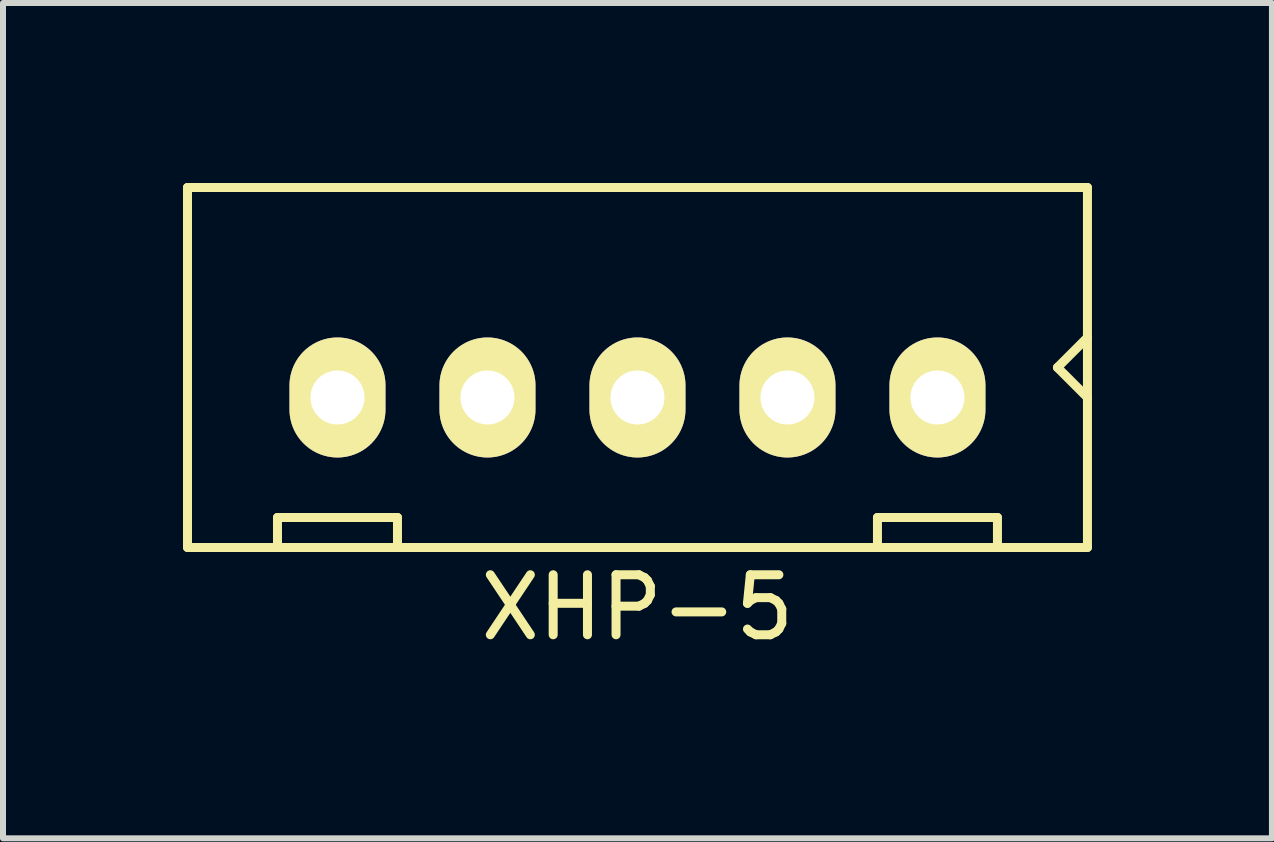
<source format=kicad_pcb>
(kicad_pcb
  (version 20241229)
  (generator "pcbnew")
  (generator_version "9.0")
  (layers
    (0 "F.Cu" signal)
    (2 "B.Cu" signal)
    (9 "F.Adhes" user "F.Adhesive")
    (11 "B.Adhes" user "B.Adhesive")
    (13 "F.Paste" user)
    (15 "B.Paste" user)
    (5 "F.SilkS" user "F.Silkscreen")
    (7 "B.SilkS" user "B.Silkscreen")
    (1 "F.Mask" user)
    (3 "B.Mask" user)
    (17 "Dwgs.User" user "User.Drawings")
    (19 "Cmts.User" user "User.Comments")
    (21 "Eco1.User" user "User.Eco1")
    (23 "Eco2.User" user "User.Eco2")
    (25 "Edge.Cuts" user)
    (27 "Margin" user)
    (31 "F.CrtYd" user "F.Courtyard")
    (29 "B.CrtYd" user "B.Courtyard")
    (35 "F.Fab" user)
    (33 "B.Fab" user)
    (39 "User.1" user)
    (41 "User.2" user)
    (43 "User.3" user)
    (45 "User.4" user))
  (footprint "XHP-5"
    (layer "F.Cu")
    (at 7.575 3.575)
    (property "Reference" "XHP-5" (at 0 3.5 0) (layer "F.SilkS") (effects (font (size 1 1) (thickness 0.15))))
    (attr through_hole)
    (fp_line (start -7.5 -3.5) (end 7.5 -3.5) (stroke (width 0.15) (type solid)) (layer "F.SilkS"))
    (fp_line (start -7.5 2.5) (end -7.5 -3.5) (stroke (width 0.15) (type solid)) (layer "F.SilkS"))
    (fp_line (start -6 2) (end -4 2) (stroke (width 0.15) (type solid)) (layer "F.SilkS"))
    (fp_line (start -6 2.5) (end -6 2) (stroke (width 0.15) (type solid)) (layer "F.SilkS"))
    (fp_line (start -4 2.5) (end -4 2) (stroke (width 0.15) (type solid)) (layer "F.SilkS"))
    (fp_line (start 4 2) (end 4 2.5) (stroke (width 0.15) (type solid)) (layer "F.SilkS"))
    (fp_line (start 6 2) (end 4 2) (stroke (width 0.15) (type solid)) (layer "F.SilkS"))
    (fp_line (start 6 2.5) (end 6 2) (stroke (width 0.15) (type solid)) (layer "F.SilkS"))
    (fp_line (start 7 -0.5) (end 7.5 0) (stroke (width 0.15) (type solid)) (layer "F.SilkS"))
    (fp_line (start 7.5 -3.5) (end 7.5 2.5) (stroke (width 0.15) (type solid)) (layer "F.SilkS"))
    (fp_line (start 7.5 -1) (end 7 -0.5) (stroke (width 0.15) (type solid)) (layer "F.SilkS"))
    (fp_line (start 7.5 2.5) (end -7.5 2.5) (stroke (width 0.15) (type solid)) (layer "F.SilkS"))
    (pad "1" thru_hole oval (at 5 0) (size 1.6 2) (drill 0.9) (layers "*.Cu" "*.Mask" "F.SilkS"))
    (pad "2" thru_hole oval (at 2.5 0) (size 1.6 2) (drill 0.9) (layers "*.Cu" "*.Mask" "F.SilkS"))
    (pad "3" thru_hole oval (at 0 0) (size 1.6 2) (drill 0.9) (layers "*.Cu" "*.Mask" "F.SilkS"))
    (pad "4" thru_hole oval (at -2.5 0) (size 1.6 2) (drill 0.9) (layers "*.Cu" "*.Mask" "F.SilkS"))
    (pad "5" thru_hole oval (at -5 0) (size 1.6 2) (drill 0.9) (layers "*.Cu" "*.Mask" "F.SilkS")))
  (gr_rect
    (start -3 -3)
    (end 18.15 10.923)
    (stroke (width 0.1) (type default))
    (fill no)
    (layer "Edge.Cuts")))
</source>
